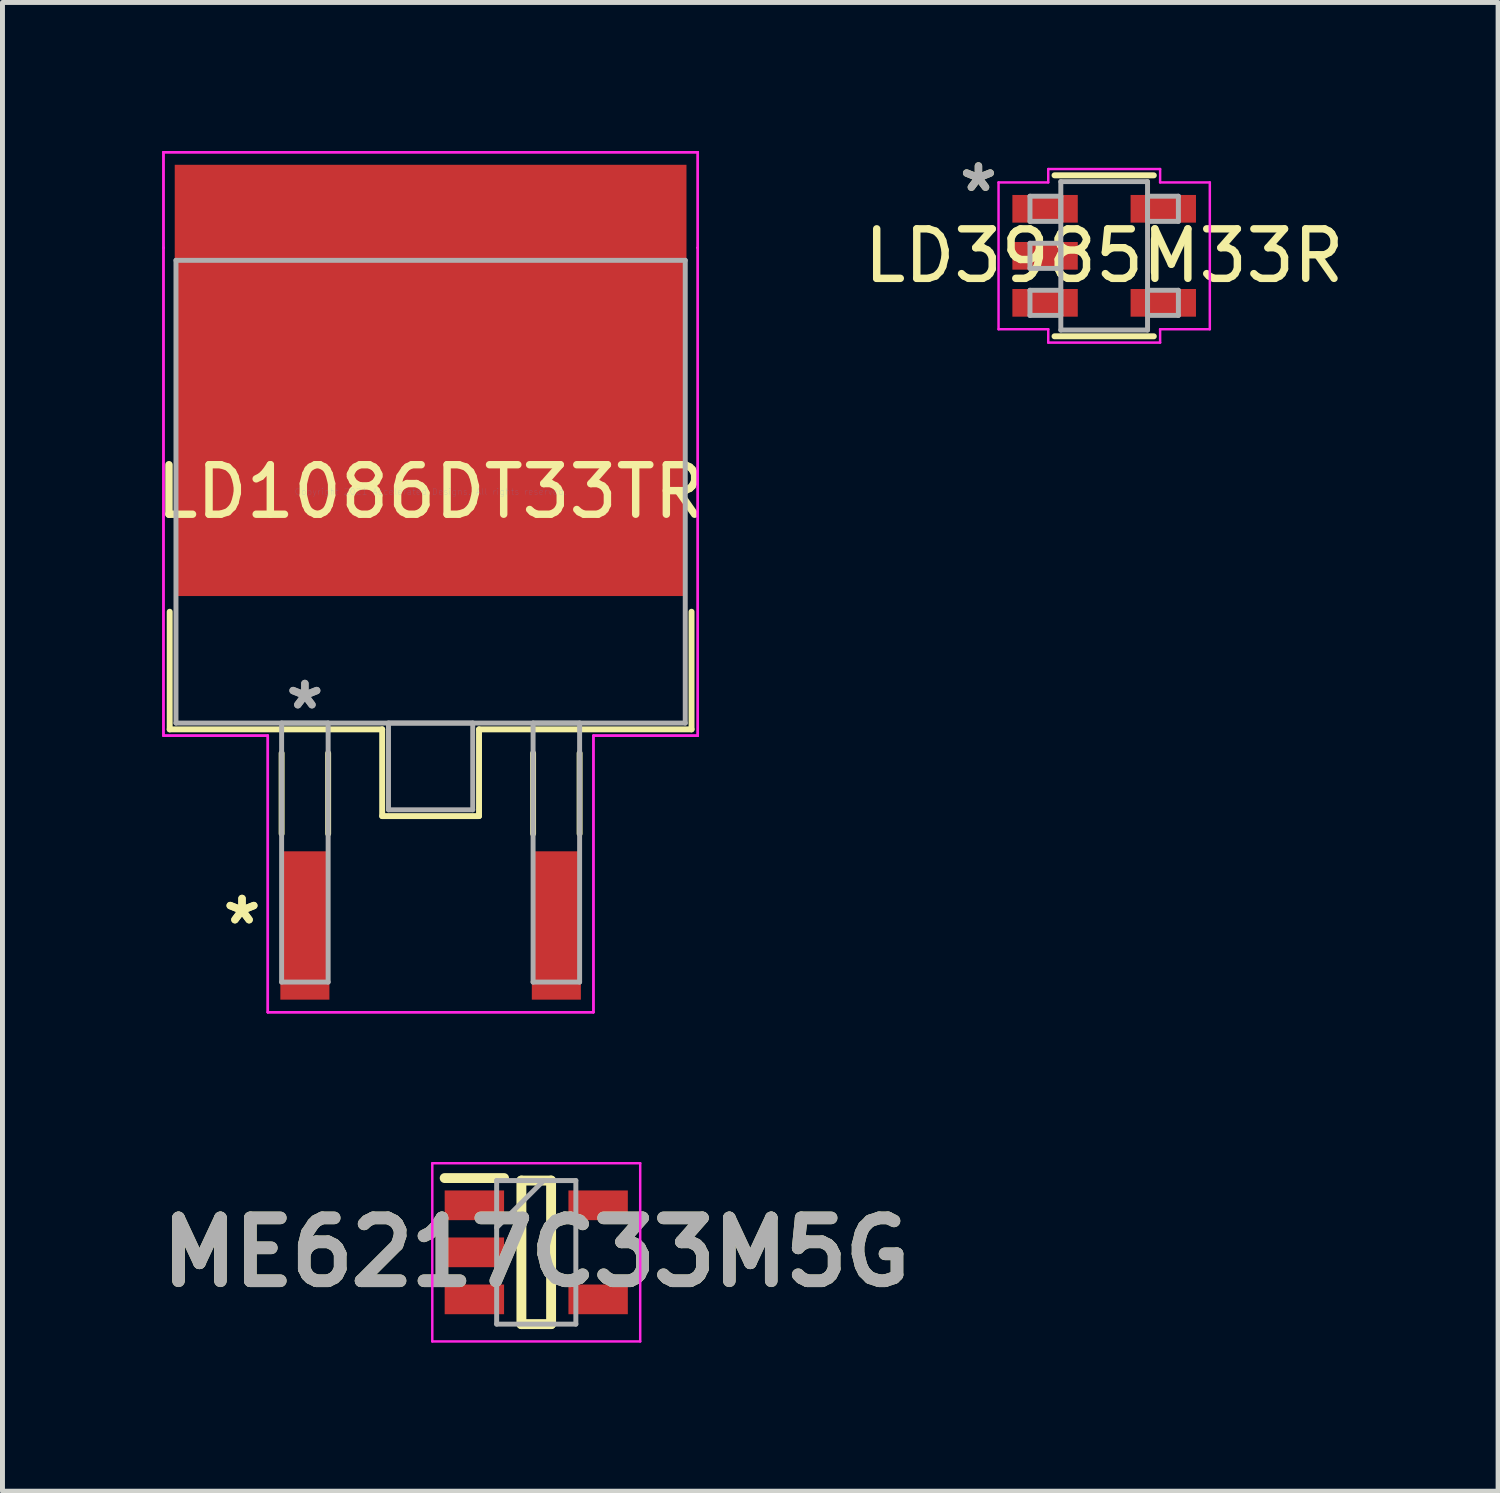
<source format=kicad_pcb>
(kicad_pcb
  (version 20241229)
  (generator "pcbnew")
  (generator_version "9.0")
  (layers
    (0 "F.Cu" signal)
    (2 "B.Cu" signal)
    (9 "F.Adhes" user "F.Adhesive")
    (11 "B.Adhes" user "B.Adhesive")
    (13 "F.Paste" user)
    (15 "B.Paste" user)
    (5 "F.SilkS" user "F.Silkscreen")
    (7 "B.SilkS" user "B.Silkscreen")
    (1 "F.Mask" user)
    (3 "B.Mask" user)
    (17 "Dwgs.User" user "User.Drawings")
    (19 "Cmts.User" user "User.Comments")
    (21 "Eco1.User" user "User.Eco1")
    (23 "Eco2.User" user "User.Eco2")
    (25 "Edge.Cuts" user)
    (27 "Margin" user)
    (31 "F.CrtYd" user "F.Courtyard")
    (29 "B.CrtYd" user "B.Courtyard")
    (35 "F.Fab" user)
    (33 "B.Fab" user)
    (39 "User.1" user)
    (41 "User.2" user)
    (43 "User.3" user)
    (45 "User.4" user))
  (footprint "ME6217C33M5G"
    (layer "F.Cu")
    (at 7.783 22.249)
    (property "Reference" "ME6217C33M5G" (at 0 0 0) (layer "F.SilkS") (effects (font (size 1.27 1.27) (thickness 0.254))))
    (attr smd)
    (fp_line (start -1.85 -1.5) (end -0.65 -1.5) (stroke (width 0.2) (type solid)) (layer "F.SilkS"))
    (fp_line (start -0.3 -1.45) (end 0.3 -1.45) (stroke (width 0.2) (type solid)) (layer "F.SilkS"))
    (fp_line (start -0.3 1.45) (end -0.3 -1.45) (stroke (width 0.2) (type solid)) (layer "F.SilkS"))
    (fp_line (start 0.3 -1.45) (end 0.3 1.45) (stroke (width 0.2) (type solid)) (layer "F.SilkS"))
    (fp_line (start 0.3 1.45) (end -0.3 1.45) (stroke (width 0.2) (type solid)) (layer "F.SilkS"))
    (fp_line (start -2.1 -1.8) (end 2.1 -1.8) (stroke (width 0.05) (type solid)) (layer "F.CrtYd"))
    (fp_line (start -2.1 1.8) (end -2.1 -1.8) (stroke (width 0.05) (type solid)) (layer "F.CrtYd"))
    (fp_line (start 2.1 -1.8) (end 2.1 1.8) (stroke (width 0.05) (type solid)) (layer "F.CrtYd"))
    (fp_line (start 2.1 1.8) (end -2.1 1.8) (stroke (width 0.05) (type solid)) (layer "F.CrtYd"))
    (fp_line (start -0.8 -1.45) (end 0.8 -1.45) (stroke (width 0.1) (type solid)) (layer "F.Fab"))
    (fp_line (start -0.8 -0.5) (end 0.15 -1.45) (stroke (width 0.1) (type solid)) (layer "F.Fab"))
    (fp_line (start -0.8 1.45) (end -0.8 -1.45) (stroke (width 0.1) (type solid)) (layer "F.Fab"))
    (fp_line (start 0.8 -1.45) (end 0.8 1.45) (stroke (width 0.1) (type solid)) (layer "F.Fab"))
    (fp_line (start 0.8 1.45) (end -0.8 1.45) (stroke (width 0.1) (type solid)) (layer "F.Fab"))
    (fp_text user "${REFERENCE}" (at 0 0 0) (layer "F.Fab") (effects (font (size 1.27 1.27) (thickness 0.254))))
    (pad "1" smd rect (at -1.25 -0.95 90) (size 0.6 1.2) (layers "F.Cu" "F.Mask" "F.Paste"))
    (pad "2" smd rect (at -1.25 0 90) (size 0.6 1.2) (layers "F.Cu" "F.Mask" "F.Paste"))
    (pad "3" smd rect (at -1.25 0.95 90) (size 0.6 1.2) (layers "F.Cu" "F.Mask" "F.Paste"))
    (pad "4" smd rect (at 1.25 0.95 90) (size 0.6 1.2) (layers "F.Cu" "F.Mask" "F.Paste"))
    (pad "5" smd rect (at 1.25 -0.95 90) (size 0.6 1.2) (layers "F.Cu" "F.Mask" "F.Paste")))
  (footprint "LD3985M33R"
    (layer "F.Cu")
    (at 19.256 2.118)
    (property "Reference" "LD3985M33R" (at 0 0 0) (layer "F.SilkS") (effects (font (size 1 1) (thickness 0.15))))
    (attr smd)
    (fp_line (start -1.003 1.626) (end 1.003 1.626) (stroke (width 0.12) (type solid)) (layer "F.SilkS"))
    (fp_line (start 1.003 -1.626) (end -1.003 -1.626) (stroke (width 0.12) (type solid)) (layer "F.SilkS"))
    (fp_line (start 1.003 0.338) (end 1.003 -0.338) (stroke (width 0.12) (type solid)) (layer "F.SilkS"))
    (fp_line (start -2.134 -1.483) (end -1.13 -1.483) (stroke (width 0.05) (type solid)) (layer "F.CrtYd"))
    (fp_line (start -2.134 1.483) (end -2.134 -1.483) (stroke (width 0.05) (type solid)) (layer "F.CrtYd"))
    (fp_line (start -1.13 -1.753) (end 1.13 -1.753) (stroke (width 0.05) (type solid)) (layer "F.CrtYd"))
    (fp_line (start -1.13 -1.483) (end -1.13 -1.753) (stroke (width 0.05) (type solid)) (layer "F.CrtYd"))
    (fp_line (start -1.13 1.483) (end -2.134 1.483) (stroke (width 0.05) (type solid)) (layer "F.CrtYd"))
    (fp_line (start -1.13 1.753) (end -1.13 1.483) (stroke (width 0.05) (type solid)) (layer "F.CrtYd"))
    (fp_line (start 1.13 -1.753) (end 1.13 -1.483) (stroke (width 0.05) (type solid)) (layer "F.CrtYd"))
    (fp_line (start 1.13 -1.483) (end 2.134 -1.483) (stroke (width 0.05) (type solid)) (layer "F.CrtYd"))
    (fp_line (start 1.13 1.483) (end 1.13 1.753) (stroke (width 0.05) (type solid)) (layer "F.CrtYd"))
    (fp_line (start 1.13 1.753) (end -1.13 1.753) (stroke (width 0.05) (type solid)) (layer "F.CrtYd"))
    (fp_line (start 2.134 -1.483) (end 2.134 1.483) (stroke (width 0.05) (type solid)) (layer "F.CrtYd"))
    (fp_line (start 2.134 1.483) (end 1.13 1.483) (stroke (width 0.05) (type solid)) (layer "F.CrtYd"))
    (fp_line (start -1.499 -1.204) (end -1.499 -0.696) (stroke (width 0.1) (type solid)) (layer "F.Fab"))
    (fp_line (start -1.499 -0.696) (end -0.876 -0.696) (stroke (width 0.1) (type solid)) (layer "F.Fab"))
    (fp_line (start -1.499 -0.254) (end -1.499 0.254) (stroke (width 0.1) (type solid)) (layer "F.Fab"))
    (fp_line (start -1.499 0.254) (end -0.876 0.254) (stroke (width 0.1) (type solid)) (layer "F.Fab"))
    (fp_line (start -1.499 0.696) (end -1.499 1.204) (stroke (width 0.1) (type solid)) (layer "F.Fab"))
    (fp_line (start -1.499 1.204) (end -0.876 1.204) (stroke (width 0.1) (type solid)) (layer "F.Fab"))
    (fp_line (start -0.876 -1.499) (end -0.876 1.499) (stroke (width 0.1) (type solid)) (layer "F.Fab"))
    (fp_line (start -0.876 -1.204) (end -1.499 -1.204) (stroke (width 0.1) (type solid)) (layer "F.Fab"))
    (fp_line (start -0.876 -0.696) (end -0.876 -1.204) (stroke (width 0.1) (type solid)) (layer "F.Fab"))
    (fp_line (start -0.876 -0.254) (end -1.499 -0.254) (stroke (width 0.1) (type solid)) (layer "F.Fab"))
    (fp_line (start -0.876 0.254) (end -0.876 -0.254) (stroke (width 0.1) (type solid)) (layer "F.Fab"))
    (fp_line (start -0.876 0.696) (end -1.499 0.696) (stroke (width 0.1) (type solid)) (layer "F.Fab"))
    (fp_line (start -0.876 1.204) (end -0.876 0.696) (stroke (width 0.1) (type solid)) (layer "F.Fab"))
    (fp_line (start -0.876 1.499) (end 0.876 1.499) (stroke (width 0.1) (type solid)) (layer "F.Fab"))
    (fp_line (start 0.876 -1.499) (end -0.876 -1.499) (stroke (width 0.1) (type solid)) (layer "F.Fab"))
    (fp_line (start 0.876 -1.204) (end 0.876 -0.696) (stroke (width 0.1) (type solid)) (layer "F.Fab"))
    (fp_line (start 0.876 -0.696) (end 1.499 -0.696) (stroke (width 0.1) (type solid)) (layer "F.Fab"))
    (fp_line (start 0.876 0.696) (end 0.876 1.204) (stroke (width 0.1) (type solid)) (layer "F.Fab"))
    (fp_line (start 0.876 1.204) (end 1.499 1.204) (stroke (width 0.1) (type solid)) (layer "F.Fab"))
    (fp_line (start 0.876 1.499) (end 0.876 -1.499) (stroke (width 0.1) (type solid)) (layer "F.Fab"))
    (fp_line (start 1.499 -1.204) (end 0.876 -1.204) (stroke (width 0.1) (type solid)) (layer "F.Fab"))
    (fp_line (start 1.499 -0.696) (end 1.499 -1.204) (stroke (width 0.1) (type solid)) (layer "F.Fab"))
    (fp_line (start 1.499 0.696) (end 0.876 0.696) (stroke (width 0.1) (type solid)) (layer "F.Fab"))
    (fp_line (start 1.499 1.204) (end 1.499 0.696) (stroke (width 0.1) (type solid)) (layer "F.Fab"))
    (fp_text user "*" (at -2.54 -1.27 0) (layer "F.SilkS") (effects (font (size 1 1) (thickness 0.15))))
    (fp_text user "*" (at -2.54 -1.27 0) (layer "F.Fab") (effects (font (size 1 1) (thickness 0.15))))
    (pad "1" smd rect (at -1.194 -0.95) (size 1.321 0.559) (layers "F.Cu" "F.Mask" "F.Paste"))
    (pad "2" smd rect (at -1.194 0) (size 1.321 0.559) (layers "F.Cu" "F.Mask" "F.Paste"))
    (pad "3" smd rect (at -1.194 0.95) (size 1.321 0.559) (layers "F.Cu" "F.Mask" "F.Paste"))
    (pad "4" smd rect (at 1.194 0.95) (size 1.321 0.559) (layers "F.Cu" "F.Mask" "F.Paste"))
    (pad "5" smd rect (at 1.194 -0.95) (size 1.321 0.559) (layers "F.Cu" "F.Mask" "F.Paste")))
  (footprint "LD1086DT33TR"
    (layer "F.Cu")
    (at 5.649 6.883)
    (property "Reference" "LD1086DT33TR" (at 0 0 0) (layer "F.SilkS") (effects (font (size 1 1) (thickness 0.15))))
    (attr through_hole)
    (fp_line (start -5.271 2.425) (end -5.271 4.801) (stroke (width 0.12) (type solid)) (layer "F.SilkS"))
    (fp_line (start -5.271 4.801) (end -0.978 4.801) (stroke (width 0.12) (type solid)) (layer "F.SilkS"))
    (fp_line (start -3.01 5.283) (end -3.01 6.909) (stroke (width 0.12) (type solid)) (layer "F.SilkS"))
    (fp_line (start -2.07 5.283) (end -2.07 6.909) (stroke (width 0.12) (type solid)) (layer "F.SilkS"))
    (fp_line (start -0.978 4.801) (end -0.978 6.553) (stroke (width 0.12) (type solid)) (layer "F.SilkS"))
    (fp_line (start -0.978 6.553) (end 0.978 6.553) (stroke (width 0.12) (type solid)) (layer "F.SilkS"))
    (fp_line (start 0.978 4.801) (end 5.271 4.801) (stroke (width 0.12) (type solid)) (layer "F.SilkS"))
    (fp_line (start 0.978 6.553) (end 0.978 4.801) (stroke (width 0.12) (type solid)) (layer "F.SilkS"))
    (fp_line (start 2.07 5.283) (end 2.07 6.909) (stroke (width 0.12) (type solid)) (layer "F.SilkS"))
    (fp_line (start 3.01 5.283) (end 3.01 6.909) (stroke (width 0.12) (type solid)) (layer "F.SilkS"))
    (fp_line (start 5.271 4.801) (end 5.271 2.425) (stroke (width 0.12) (type solid)) (layer "F.SilkS"))
    (fp_line (start -5.397 -6.858) (end 5.397 -6.858) (stroke (width 0.05) (type solid)) (layer "F.CrtYd"))
    (fp_line (start -5.397 -6.858) (end 5.397 -6.858) (stroke (width 0.05) (type solid)) (layer "F.CrtYd"))
    (fp_line (start -5.397 -4.928) (end -5.397 -6.858) (stroke (width 0.05) (type solid)) (layer "F.CrtYd"))
    (fp_line (start -5.397 -4.928) (end -5.397 -6.858) (stroke (width 0.05) (type solid)) (layer "F.CrtYd"))
    (fp_line (start -5.397 -4.928) (end -5.397 -4.928) (stroke (width 0.05) (type solid)) (layer "F.CrtYd"))
    (fp_line (start -5.397 -4.928) (end -5.397 -4.928) (stroke (width 0.05) (type solid)) (layer "F.CrtYd"))
    (fp_line (start -5.397 4.928) (end -5.397 -4.928) (stroke (width 0.05) (type solid)) (layer "F.CrtYd"))
    (fp_line (start -5.397 4.928) (end -5.397 -4.928) (stroke (width 0.05) (type solid)) (layer "F.CrtYd"))
    (fp_line (start -3.289 4.928) (end -5.397 4.928) (stroke (width 0.05) (type solid)) (layer "F.CrtYd"))
    (fp_line (start -3.289 4.928) (end -5.397 4.928) (stroke (width 0.05) (type solid)) (layer "F.CrtYd"))
    (fp_line (start -3.289 10.516) (end -3.289 4.928) (stroke (width 0.05) (type solid)) (layer "F.CrtYd"))
    (fp_line (start -3.289 10.516) (end -3.289 4.928) (stroke (width 0.05) (type solid)) (layer "F.CrtYd"))
    (fp_line (start 3.289 4.928) (end 3.289 10.516) (stroke (width 0.05) (type solid)) (layer "F.CrtYd"))
    (fp_line (start 3.289 4.928) (end 3.289 10.516) (stroke (width 0.05) (type solid)) (layer "F.CrtYd"))
    (fp_line (start 3.289 10.516) (end -3.289 10.516) (stroke (width 0.05) (type solid)) (layer "F.CrtYd"))
    (fp_line (start 3.289 10.516) (end -3.289 10.516) (stroke (width 0.05) (type solid)) (layer "F.CrtYd"))
    (fp_line (start 5.397 -6.858) (end 5.397 -4.928) (stroke (width 0.05) (type solid)) (layer "F.CrtYd"))
    (fp_line (start 5.397 -6.858) (end 5.397 -4.928) (stroke (width 0.05) (type solid)) (layer "F.CrtYd"))
    (fp_line (start 5.397 -4.928) (end 5.397 -4.928) (stroke (width 0.05) (type solid)) (layer "F.CrtYd"))
    (fp_line (start 5.397 -4.928) (end 5.397 -4.928) (stroke (width 0.05) (type solid)) (layer "F.CrtYd"))
    (fp_line (start 5.397 -4.928) (end 5.397 4.928) (stroke (width 0.05) (type solid)) (layer "F.CrtYd"))
    (fp_line (start 5.397 -4.928) (end 5.397 4.928) (stroke (width 0.05) (type solid)) (layer "F.CrtYd"))
    (fp_line (start 5.397 4.928) (end 3.289 4.928) (stroke (width 0.05) (type solid)) (layer "F.CrtYd"))
    (fp_line (start 5.397 4.928) (end 3.289 4.928) (stroke (width 0.05) (type solid)) (layer "F.CrtYd"))
    (fp_line (start -5.144 -4.674) (end -5.144 4.674) (stroke (width 0.1) (type solid)) (layer "F.Fab"))
    (fp_line (start -5.144 4.674) (end 5.144 4.674) (stroke (width 0.1) (type solid)) (layer "F.Fab"))
    (fp_line (start -3.01 4.674) (end -3.01 9.906) (stroke (width 0.1) (type solid)) (layer "F.Fab"))
    (fp_line (start -3.01 9.906) (end -2.07 9.906) (stroke (width 0.1) (type solid)) (layer "F.Fab"))
    (fp_line (start -2.07 4.674) (end -3.01 4.674) (stroke (width 0.1) (type solid)) (layer "F.Fab"))
    (fp_line (start -2.07 9.906) (end -2.07 4.674) (stroke (width 0.1) (type solid)) (layer "F.Fab"))
    (fp_line (start -0.851 4.674) (end -0.851 6.426) (stroke (width 0.1) (type solid)) (layer "F.Fab"))
    (fp_line (start -0.851 6.426) (end 0.851 6.426) (stroke (width 0.1) (type solid)) (layer "F.Fab"))
    (fp_line (start 0.851 4.674) (end -0.851 4.674) (stroke (width 0.1) (type solid)) (layer "F.Fab"))
    (fp_line (start 0.851 6.426) (end 0.851 4.674) (stroke (width 0.1) (type solid)) (layer "F.Fab"))
    (fp_line (start 2.07 4.674) (end 2.07 9.906) (stroke (width 0.1) (type solid)) (layer "F.Fab"))
    (fp_line (start 2.07 9.906) (end 3.01 9.906) (stroke (width 0.1) (type solid)) (layer "F.Fab"))
    (fp_line (start 3.01 4.674) (end 2.07 4.674) (stroke (width 0.1) (type solid)) (layer "F.Fab"))
    (fp_line (start 3.01 9.906) (end 3.01 4.674) (stroke (width 0.1) (type solid)) (layer "F.Fab"))
    (fp_line (start 5.144 -4.674) (end -5.144 -4.674) (stroke (width 0.1) (type solid)) (layer "F.Fab"))
    (fp_line (start 5.144 4.674) (end 5.144 -4.674) (stroke (width 0.1) (type solid)) (layer "F.Fab"))
    (fp_text user "*" (at -3.81 8.763 0) (layer "F.SilkS") (effects (font (size 1 1) (thickness 0.15))))
    (fp_text user "*" (at -3.81 8.763 0) (layer "F.SilkS") (effects (font (size 1 1) (thickness 0.15))))
    (fp_text user "Copyright 2021 Accelerated Designs. All rights reserved." (at 0 0 0) (layer "Cmts.User") (effects (font (size 0.127 0.127) (thickness 0.002))))
    (fp_text user "*" (at -2.54 4.42 0) (layer "F.Fab") (effects (font (size 1 1) (thickness 0.15))))
    (fp_text user "*" (at -2.54 4.42 0) (layer "F.Fab") (effects (font (size 1 1) (thickness 0.15))))
    (pad "1" smd rect (at -2.54 8.763) (size 0.991 2.997) (layers "F.Cu" "F.Mask" "F.Paste"))
    (pad "2" smd rect (at 2.54 8.763) (size 0.991 2.997) (layers "F.Cu" "F.Mask" "F.Paste"))
    (pad "3" smd rect (at 0 -2.248) (size 10.338 8.712) (layers "F.Cu" "F.Mask" "F.Paste")))
  (gr_rect
    (start -3 -3)
    (end 27.214 27.074)
    (stroke (width 0.1) (type default))
    (fill no)
    (layer "Edge.Cuts")))
</source>
